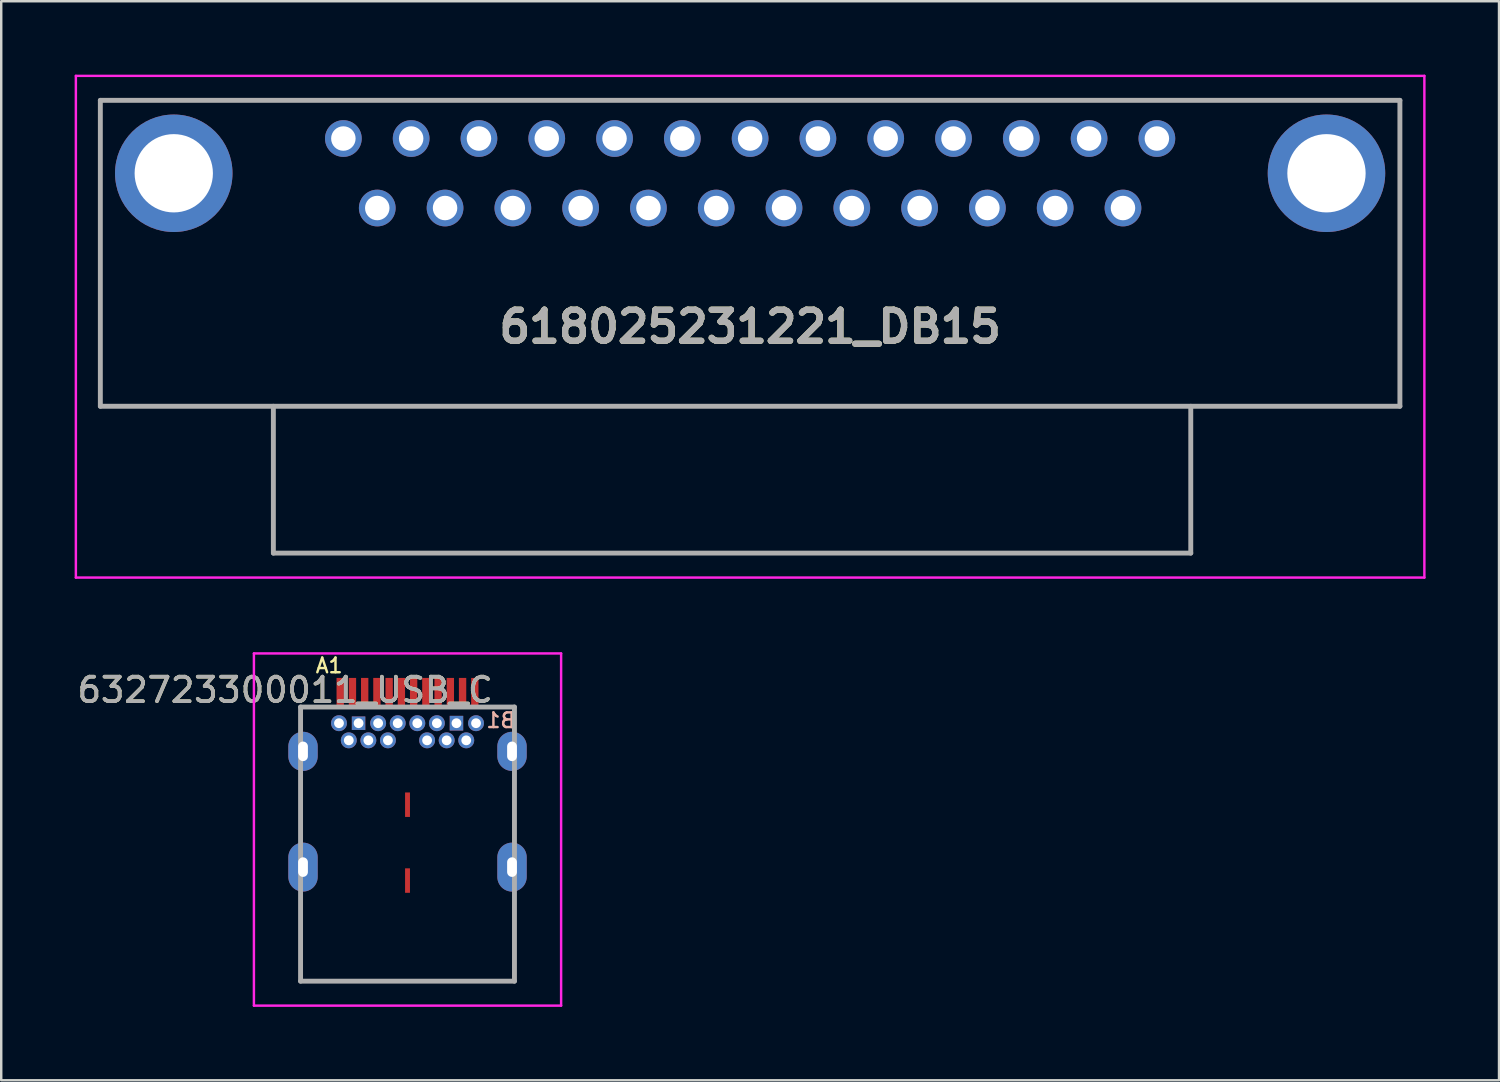
<source format=kicad_pcb>
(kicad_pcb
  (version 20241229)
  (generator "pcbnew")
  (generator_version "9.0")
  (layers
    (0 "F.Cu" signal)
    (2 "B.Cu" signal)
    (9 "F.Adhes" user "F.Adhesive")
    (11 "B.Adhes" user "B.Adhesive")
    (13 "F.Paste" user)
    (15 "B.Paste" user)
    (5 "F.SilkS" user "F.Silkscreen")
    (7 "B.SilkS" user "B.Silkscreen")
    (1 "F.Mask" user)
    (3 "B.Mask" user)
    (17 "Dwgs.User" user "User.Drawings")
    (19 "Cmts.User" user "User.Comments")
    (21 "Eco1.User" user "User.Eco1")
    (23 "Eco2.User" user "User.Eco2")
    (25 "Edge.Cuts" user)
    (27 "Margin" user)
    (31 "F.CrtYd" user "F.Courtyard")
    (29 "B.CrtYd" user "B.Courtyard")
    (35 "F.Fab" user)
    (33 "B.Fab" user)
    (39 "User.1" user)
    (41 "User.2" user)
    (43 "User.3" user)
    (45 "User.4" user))
  (footprint "632723300011_USB_C"
    (layer "F.Cu")
    (at 13.601 31.145)
    (property "Reference" "632723300011_USB_C" (at -5 -6 0) (layer "F.SilkS") (effects (font (size 1 1) (thickness 0.15))))
    (attr through_hole)
    (fp_line (start -4.37 -5.305) (end -3.5 -5.305) (stroke (width 0.1) (type solid)) (layer "F.SilkS"))
    (fp_line (start -4.37 -4.805) (end -4.37 -5.305) (stroke (width 0.1) (type solid)) (layer "F.SilkS"))
    (fp_line (start -4.37 -0.305) (end -4.37 -1.805) (stroke (width 0.1) (type solid)) (layer "F.SilkS"))
    (fp_line (start -4.37 2.695) (end -4.37 5.895) (stroke (width 0.1) (type solid)) (layer "F.SilkS"))
    (fp_line (start -4.37 5.895) (end 4.37 5.895) (stroke (width 0.1) (type solid)) (layer "F.SilkS"))
    (fp_line (start 4.37 -5.305) (end 3.5 -5.305) (stroke (width 0.1) (type solid)) (layer "F.SilkS"))
    (fp_line (start 4.37 -4.805) (end 4.37 -5.305) (stroke (width 0.1) (type solid)) (layer "F.SilkS"))
    (fp_line (start 4.37 -0.305) (end 4.37 -1.805) (stroke (width 0.1) (type solid)) (layer "F.SilkS"))
    (fp_line (start 4.37 5.895) (end 4.37 2.695) (stroke (width 0.1) (type solid)) (layer "F.SilkS"))
    (fp_line (start -6.276 -7.495) (end 6.276 -7.495) (stroke (width 0.1) (type solid)) (layer "F.CrtYd"))
    (fp_line (start -6.276 6.895) (end -6.276 -7.495) (stroke (width 0.1) (type solid)) (layer "F.CrtYd"))
    (fp_line (start 6.276 -7.495) (end 6.276 6.895) (stroke (width 0.1) (type solid)) (layer "F.CrtYd"))
    (fp_line (start 6.276 6.895) (end -6.276 6.895) (stroke (width 0.1) (type solid)) (layer "F.CrtYd"))
    (fp_line (start -4.37 -5.305) (end 4.37 -5.305) (stroke (width 0.2) (type solid)) (layer "F.Fab"))
    (fp_line (start -4.37 5.895) (end -4.37 -5.305) (stroke (width 0.2) (type solid)) (layer "F.Fab"))
    (fp_line (start 4.37 -5.305) (end 4.37 5.895) (stroke (width 0.2) (type solid)) (layer "F.Fab"))
    (fp_line (start 4.37 5.895) (end -4.37 5.895) (stroke (width 0.2) (type solid)) (layer "F.Fab"))
    (fp_text user "A1" (at -3.2 -7 0) (unlocked yes) (layer "F.SilkS") (effects (font (size 0.6 0.6) (thickness 0.1))))
    (fp_text user "B1" (at 3.81 -4.76 0) (unlocked yes) (layer "B.SilkS") (effects (font (size 0.6 0.6) (thickness 0.1)) (justify mirror)))
    (fp_text user "${REFERENCE}" (at -5 -6 0) (layer "F.Fab") (effects (font (size 1 1) (thickness 0.15))))
    (pad "A1" smd rect (at -2.75 -5.895) (size 0.3 1.2) (layers "F.Cu" "F.Mask" "F.Paste"))
    (pad "A2" smd rect (at -2.25 -5.895) (size 0.3 1.2) (layers "F.Cu" "F.Mask" "F.Paste"))
    (pad "A3" smd rect (at -1.75 -5.895) (size 0.3 1.2) (layers "F.Cu" "F.Mask" "F.Paste"))
    (pad "A4" smd rect (at -1.25 -5.895) (size 0.3 1.2) (layers "F.Cu" "F.Mask" "F.Paste"))
    (pad "A5" smd rect (at -0.75 -5.895) (size 0.3 1.2) (layers "F.Cu" "F.Mask" "F.Paste"))
    (pad "A6" smd rect (at -0.25 -5.895) (size 0.3 1.2) (layers "F.Cu" "F.Mask" "F.Paste"))
    (pad "A7" smd rect (at 0.25 -5.895) (size 0.3 1.2) (layers "F.Cu" "F.Mask" "F.Paste"))
    (pad "A8" smd rect (at 0.75 -5.895) (size 0.3 1.2) (layers "F.Cu" "F.Mask" "F.Paste"))
    (pad "A9" smd rect (at 1.25 -5.895) (size 0.3 1.2) (layers "F.Cu" "F.Mask" "F.Paste"))
    (pad "A10" smd rect (at 1.75 -5.895) (size 0.3 1.2) (layers "F.Cu" "F.Mask" "F.Paste"))
    (pad "A11" smd rect (at 2.25 -5.895) (size 0.3 1.2) (layers "F.Cu" "F.Mask" "F.Paste"))
    (pad "A12" smd rect (at 2.75 -5.895) (size 0.3 1.2) (layers "F.Cu" "F.Mask" "F.Paste"))
    (pad "B1" thru_hole circle (at 2.8 -4.645) (size 0.65 0.65) (drill 0.4) (layers "*.Cu" "*.Mask"))
    (pad "B2" thru_hole circle (at 2.4 -3.945) (size 0.65 0.65) (drill 0.4) (layers "*.Cu" "*.Mask"))
    (pad "B3" thru_hole circle (at 1.6 -3.945) (size 0.65 0.65) (drill 0.4) (layers "*.Cu" "*.Mask"))
    (pad "B4" thru_hole circle (at 1.2 -4.645) (size 0.65 0.65) (drill 0.4) (layers "*.Cu" "*.Mask"))
    (pad "B5" thru_hole circle (at 0.8 -3.945) (size 0.65 0.65) (drill 0.4) (layers "*.Cu" "*.Mask"))
    (pad "B6" thru_hole circle (at 0.4 -4.645) (size 0.65 0.65) (drill 0.4) (layers "*.Cu" "*.Mask"))
    (pad "B7" thru_hole circle (at -0.4 -4.645) (size 0.65 0.65) (drill 0.4) (layers "*.Cu" "*.Mask"))
    (pad "B8" thru_hole circle (at -0.8 -3.945) (size 0.65 0.65) (drill 0.4) (layers "*.Cu" "*.Mask"))
    (pad "B9" thru_hole circle (at -1.2 -4.645) (size 0.65 0.65) (drill 0.4) (layers "*.Cu" "*.Mask"))
    (pad "B10" thru_hole circle (at -1.6 -3.945) (size 0.65 0.65) (drill 0.4) (layers "*.Cu" "*.Mask"))
    (pad "B11" thru_hole circle (at -2.4 -3.945) (size 0.65 0.65) (drill 0.4) (layers "*.Cu" "*.Mask"))
    (pad "B12" thru_hole circle (at -2.8 -4.645) (size 0.65 0.65) (drill 0.4) (layers "*.Cu" "*.Mask"))
    (pad "SHL" thru_hole oval (at -4.27 -3.495) (size 1.2 1.6) (drill oval 0.4 0.8) (layers "*.Cu" "*.Mask"))
    (pad "SHL" thru_hole oval (at -4.27 1.235) (size 1.2 2) (drill oval 0.4 0.8) (layers "*.Cu" "*.Mask"))
    (pad "SHL" thru_hole rect (at -2 -4.645) (size 0.55 0.55) (drill 0.4) (layers "*.Cu" "*.Mask"))
    (pad "SHL" smd rect (at 0 -1.315) (size 0.2 1) (layers "F.Cu" "F.Mask" "F.Paste"))
    (pad "SHL" smd rect (at 0 1.785) (size 0.2 1) (layers "F.Cu" "F.Mask" "F.Paste"))
    (pad "SHL" thru_hole rect (at 2 -4.645) (size 0.55 0.6) (drill 0.4) (layers "*.Cu" "*.Mask"))
    (pad "SHL" thru_hole oval (at 4.27 -3.495) (size 1.2 1.6) (drill oval 0.4 0.8) (layers "*.Cu" "*.Mask"))
    (pad "SHL" thru_hole oval (at 4.27 1.235) (size 1.2 2) (drill oval 0.4 0.8) (layers "*.Cu" "*.Mask")))
  (footprint "618025231221_DB15"
    (layer "F.Cu")
    (at 10.98 2.61)
    (property "Reference" "618025231221_DB15" (at 16.62 7.69 0) (layer "F.SilkS") (effects (font (size 1.27 1.27) (thickness 0.254))))
    (attr through_hole)
    (fp_line (start -9.93 -1.56) (end 43.17 -1.56) (stroke (width 0.1) (type solid)) (layer "F.SilkS"))
    (fp_line (start -9.93 10.94) (end -9.93 -1.56) (stroke (width 0.1) (type solid)) (layer "F.SilkS"))
    (fp_line (start 43.17 -1.56) (end 43.17 10.94) (stroke (width 0.1) (type solid)) (layer "F.SilkS"))
    (fp_line (start 43.17 10.94) (end -9.93 10.94) (stroke (width 0.1) (type solid)) (layer "F.SilkS"))
    (fp_line (start -10.93 -2.56) (end 44.17 -2.56) (stroke (width 0.1) (type solid)) (layer "F.CrtYd"))
    (fp_line (start -10.93 17.94) (end -10.93 -2.56) (stroke (width 0.1) (type solid)) (layer "F.CrtYd"))
    (fp_line (start 44.17 -2.56) (end 44.17 17.94) (stroke (width 0.1) (type solid)) (layer "F.CrtYd"))
    (fp_line (start 44.17 17.94) (end -10.93 17.94) (stroke (width 0.1) (type solid)) (layer "F.CrtYd"))
    (fp_line (start -9.93 -1.56) (end 43.17 -1.56) (stroke (width 0.2) (type solid)) (layer "F.Fab"))
    (fp_line (start -9.93 10.94) (end -9.93 -1.56) (stroke (width 0.2) (type solid)) (layer "F.Fab"))
    (fp_line (start -2.86 10.94) (end -2.86 16.94) (stroke (width 0.2) (type solid)) (layer "F.Fab"))
    (fp_line (start -2.86 16.94) (end 34.625 16.94) (stroke (width 0.2) (type solid)) (layer "F.Fab"))
    (fp_line (start 34.625 16.94) (end 34.625 10.94) (stroke (width 0.2) (type solid)) (layer "F.Fab"))
    (fp_line (start 43.17 -1.56) (end 43.17 10.94) (stroke (width 0.2) (type solid)) (layer "F.Fab"))
    (fp_line (start 43.17 10.94) (end -9.93 10.94) (stroke (width 0.2) (type solid)) (layer "F.Fab"))
    (fp_text user "${REFERENCE}" (at 16.62 7.69 0) (layer "F.Fab") (effects (font (size 1.27 1.27) (thickness 0.254))))
    (pad "1" thru_hole circle (at 0 0) (size 1.5 1.5) (drill 1) (layers "*.Cu" "*.Mask"))
    (pad "2" thru_hole circle (at 2.77 0) (size 1.5 1.5) (drill 1) (layers "*.Cu" "*.Mask"))
    (pad "3" thru_hole circle (at 5.54 0) (size 1.5 1.5) (drill 1) (layers "*.Cu" "*.Mask"))
    (pad "4" thru_hole circle (at 8.31 0) (size 1.5 1.5) (drill 1) (layers "*.Cu" "*.Mask"))
    (pad "5" thru_hole circle (at 11.08 0) (size 1.5 1.5) (drill 1) (layers "*.Cu" "*.Mask"))
    (pad "6" thru_hole circle (at 13.85 0) (size 1.5 1.5) (drill 1) (layers "*.Cu" "*.Mask"))
    (pad "7" thru_hole circle (at 16.62 0) (size 1.5 1.5) (drill 1) (layers "*.Cu" "*.Mask"))
    (pad "8" thru_hole circle (at 19.39 0) (size 1.5 1.5) (drill 1) (layers "*.Cu" "*.Mask"))
    (pad "9" thru_hole circle (at 22.16 0) (size 1.5 1.5) (drill 1) (layers "*.Cu" "*.Mask"))
    (pad "10" thru_hole circle (at 24.93 0) (size 1.5 1.5) (drill 1) (layers "*.Cu" "*.Mask"))
    (pad "11" thru_hole circle (at 27.7 0) (size 1.5 1.5) (drill 1) (layers "*.Cu" "*.Mask"))
    (pad "12" thru_hole circle (at 30.47 0) (size 1.5 1.5) (drill 1) (layers "*.Cu" "*.Mask"))
    (pad "13" thru_hole circle (at 33.24 0) (size 1.5 1.5) (drill 1) (layers "*.Cu" "*.Mask"))
    (pad "14" thru_hole circle (at 1.385 2.84) (size 1.5 1.5) (drill 1) (layers "*.Cu" "*.Mask"))
    (pad "15" thru_hole circle (at 4.155 2.84) (size 1.5 1.5) (drill 1) (layers "*.Cu" "*.Mask"))
    (pad "16" thru_hole circle (at 6.925 2.84) (size 1.5 1.5) (drill 1) (layers "*.Cu" "*.Mask"))
    (pad "17" thru_hole circle (at 9.695 2.84) (size 1.5 1.5) (drill 1) (layers "*.Cu" "*.Mask"))
    (pad "18" thru_hole circle (at 12.465 2.84) (size 1.5 1.5) (drill 1) (layers "*.Cu" "*.Mask"))
    (pad "19" thru_hole circle (at 15.235 2.84) (size 1.5 1.5) (drill 1) (layers "*.Cu" "*.Mask"))
    (pad "20" thru_hole circle (at 18.005 2.84) (size 1.5 1.5) (drill 1) (layers "*.Cu" "*.Mask"))
    (pad "21" thru_hole circle (at 20.775 2.84) (size 1.5 1.5) (drill 1) (layers "*.Cu" "*.Mask"))
    (pad "22" thru_hole circle (at 23.545 2.84) (size 1.5 1.5) (drill 1) (layers "*.Cu" "*.Mask"))
    (pad "23" thru_hole circle (at 26.315 2.84) (size 1.5 1.5) (drill 1) (layers "*.Cu" "*.Mask"))
    (pad "24" thru_hole circle (at 29.085 2.84) (size 1.5 1.5) (drill 1) (layers "*.Cu" "*.Mask"))
    (pad "25" thru_hole circle (at 31.855 2.84) (size 1.5 1.5) (drill 1) (layers "*.Cu" "*.Mask"))
    (pad "MH1" thru_hole circle (at -6.93 1.42) (size 4.8 4.8) (drill 3.2) (layers "*.Cu" "*.Mask"))
    (pad "MH2" thru_hole circle (at 40.17 1.42) (size 4.8 4.8) (drill 3.2) (layers "*.Cu" "*.Mask")))
  (gr_rect
    (start -3 -3)
    (end 58.2 41.09)
    (stroke (width 0.1) (type default))
    (fill no)
    (layer "Edge.Cuts")))
</source>
